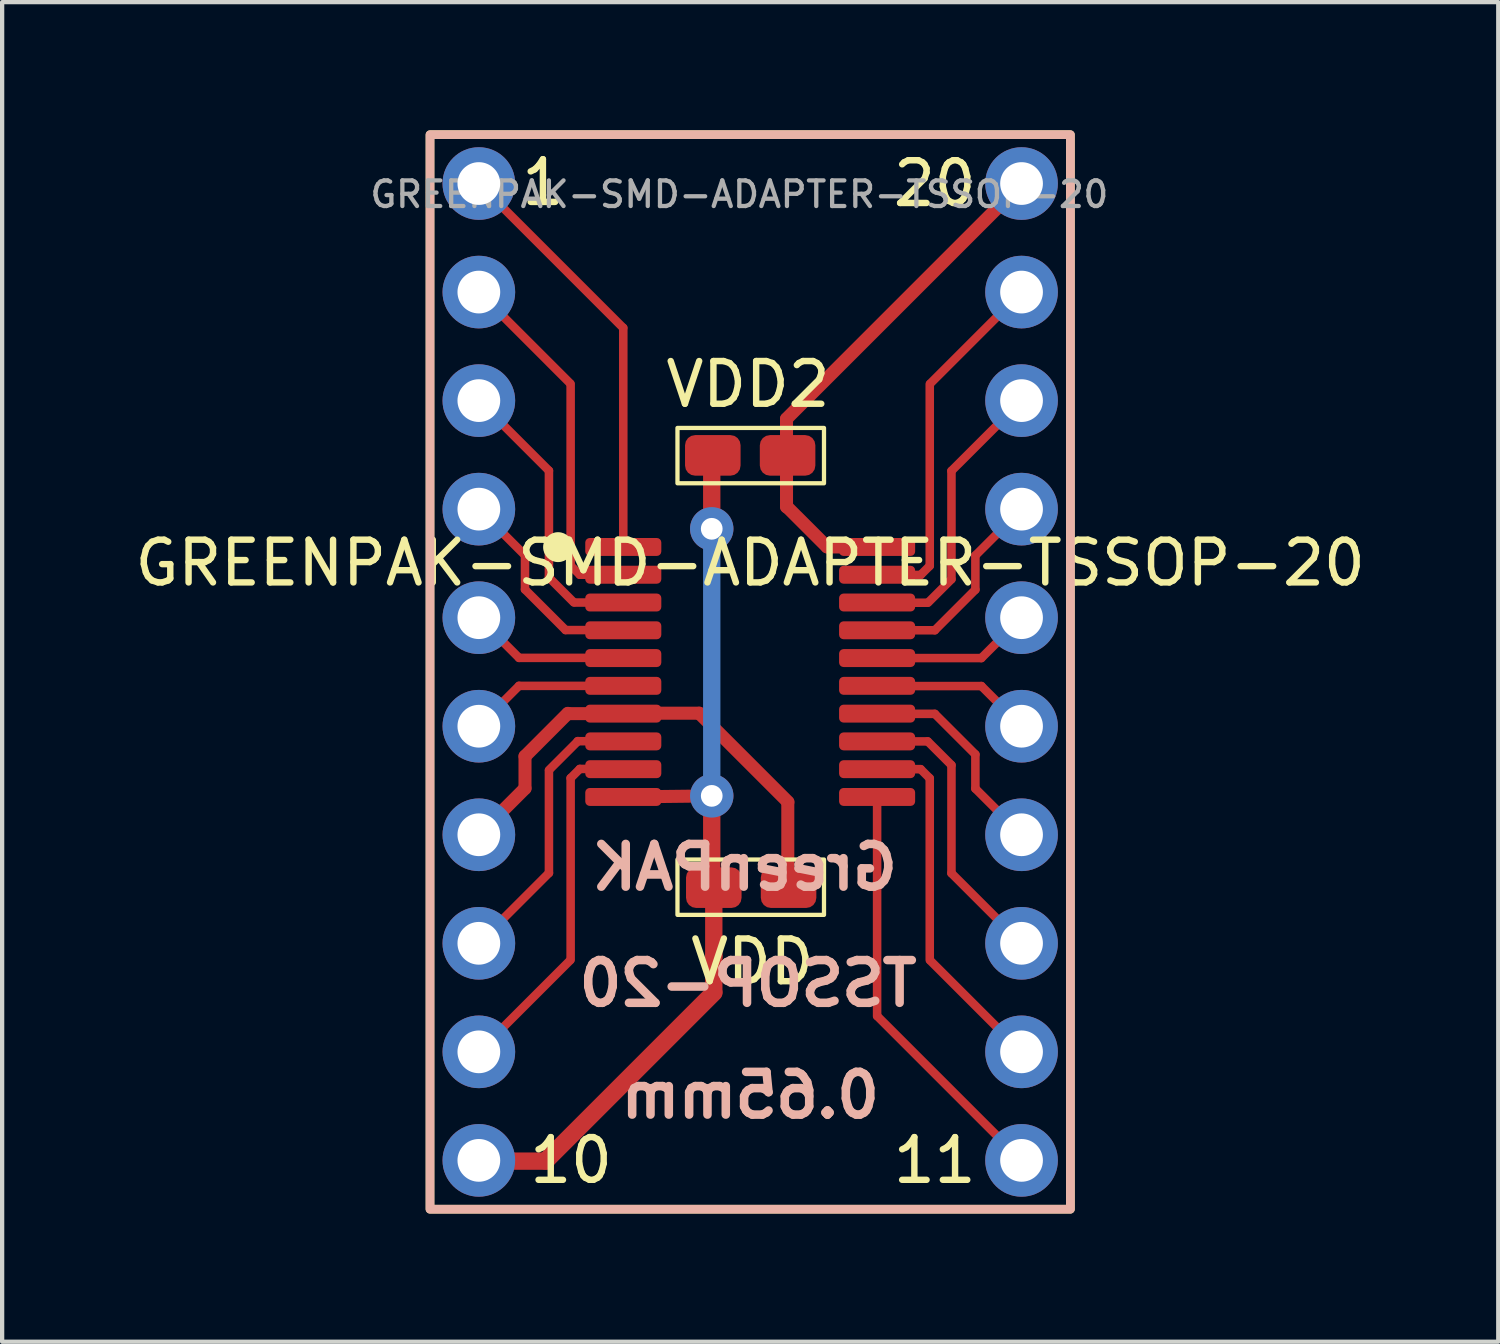
<source format=kicad_pcb>
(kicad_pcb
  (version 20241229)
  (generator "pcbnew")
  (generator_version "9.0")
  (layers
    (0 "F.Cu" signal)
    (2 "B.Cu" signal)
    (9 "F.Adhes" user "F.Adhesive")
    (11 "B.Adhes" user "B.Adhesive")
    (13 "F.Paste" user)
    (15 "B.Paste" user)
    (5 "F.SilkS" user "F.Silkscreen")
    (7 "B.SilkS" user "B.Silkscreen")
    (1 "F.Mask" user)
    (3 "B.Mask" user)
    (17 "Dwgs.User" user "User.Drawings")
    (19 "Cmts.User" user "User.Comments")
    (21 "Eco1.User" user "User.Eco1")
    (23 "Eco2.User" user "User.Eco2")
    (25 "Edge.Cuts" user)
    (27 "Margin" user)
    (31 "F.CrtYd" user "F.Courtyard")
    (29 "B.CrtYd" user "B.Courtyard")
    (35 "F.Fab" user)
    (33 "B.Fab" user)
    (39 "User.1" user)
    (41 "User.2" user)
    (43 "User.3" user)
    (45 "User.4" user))
  (footprint "GREENPAK-SMD-ADAPTER-TSSOP-20"
    (layer "F.Cu")
    (at 14.506 12.675)
    (property "Reference" "GREENPAK-SMD-ADAPTER-TSSOP-20" (at 0 -2.55 0) (layer "F.SilkS") (effects (font (size 1 1) (thickness 0.15))))
    (attr smd)
    (fp_line (start -6.35 -11.43) (end -2.972 -8.052) (stroke (width 0.2) (type default)) (layer "F.Cu"))
    (fp_line (start -6.35 -8.89) (end -4.216 -6.756) (stroke (width 0.2) (type default)) (layer "F.Cu"))
    (fp_line (start -6.35 -6.35) (end -4.71 -4.71) (stroke (width 0.2) (type default)) (layer "F.Cu"))
    (fp_line (start -6.35 -3.81) (end -5.27 -2.73) (stroke (width 0.2) (type default)) (layer "F.Cu"))
    (fp_line (start -6.35 -1.27) (end -5.41 -0.33) (stroke (width 0.2) (type default)) (layer "F.Cu"))
    (fp_line (start -6.35 1.265) (end -5.41 0.325) (stroke (width 0.2) (type default)) (layer "F.Cu"))
    (fp_line (start -6.35 3.805) (end -5.27 2.725) (stroke (width 0.305) (type default)) (layer "F.Cu"))
    (fp_line (start -6.35 6.345) (end -4.71 4.705) (stroke (width 0.2) (type default)) (layer "F.Cu"))
    (fp_line (start -6.35 8.885) (end -4.216 6.751) (stroke (width 0.2) (type default)) (layer "F.Cu"))
    (fp_line (start -5.41 -0.33) (end -2.97 -0.33) (stroke (width 0.2) (type default)) (layer "F.Cu"))
    (fp_line (start -5.41 0.325) (end -2.97 0.325) (stroke (width 0.2) (type default)) (layer "F.Cu"))
    (fp_line (start -5.27 -2.73) (end -5.27 -1.93) (stroke (width 0.2) (type default)) (layer "F.Cu"))
    (fp_line (start -5.27 -1.93) (end -4.322 -0.982) (stroke (width 0.2) (type default)) (layer "F.Cu"))
    (fp_line (start -5.27 1.973) (end -4.267 0.969) (stroke (width 0.305) (type default)) (layer "F.Cu"))
    (fp_line (start -5.27 2.725) (end -5.27 1.973) (stroke (width 0.305) (type default)) (layer "F.Cu"))
    (fp_line (start -4.775 11.448) (end -6.35 11.448) (stroke (width 0.406) (type default)) (layer "F.Cu"))
    (fp_line (start -4.71 -4.71) (end -4.71 -2.21) (stroke (width 0.2) (type default)) (layer "F.Cu"))
    (fp_line (start -4.71 4.705) (end -4.71 2.311) (stroke (width 0.2) (type default)) (layer "F.Cu"))
    (fp_line (start -4.32 -0.98) (end -2.97 -0.98) (stroke (width 0.2) (type default)) (layer "F.Cu"))
    (fp_line (start -4.267 0.975) (end -2.97 0.975) (stroke (width 0.305) (type default)) (layer "F.Cu"))
    (fp_line (start -4.202 -2.489) (end -4.202 -6.74) (stroke (width 0.2) (type default)) (layer "F.Cu"))
    (fp_line (start -4.202 2.484) (end -4.202 6.735) (stroke (width 0.2) (type default)) (layer "F.Cu"))
    (fp_line (start -4.129 -1.629) (end -4.71 -2.21) (stroke (width 0.2) (type default)) (layer "F.Cu"))
    (fp_line (start -4.032 1.619) (end -4.707 2.294) (stroke (width 0.2) (type default)) (layer "F.Cu"))
    (fp_line (start -3.988 -2.275) (end -4.202 -2.489) (stroke (width 0.2) (type default)) (layer "F.Cu"))
    (fp_line (start -3.988 2.27) (end -4.202 2.484) (stroke (width 0.2) (type default)) (layer "F.Cu"))
    (fp_line (start -2.985 0.965) (end -1.194 0.965) (stroke (width 0.305) (type default)) (layer "F.Cu"))
    (fp_line (start -2.97 -2.925) (end -2.97 -8.052) (stroke (width 0.2) (type default)) (layer "F.Cu"))
    (fp_line (start -2.97 -2.275) (end -3.988 -2.275) (stroke (width 0.2) (type default)) (layer "F.Cu"))
    (fp_line (start -2.97 -1.625) (end -4.11 -1.625) (stroke (width 0.2) (type default)) (layer "F.Cu"))
    (fp_line (start -2.97 1.62) (end -4.039 1.62) (stroke (width 0.2) (type default)) (layer "F.Cu"))
    (fp_line (start -2.97 2.27) (end -3.988 2.27) (stroke (width 0.2) (type default)) (layer "F.Cu"))
    (fp_line (start -1.193 0.966) (end 0.883 3.042) (stroke (width 0.305) (type default)) (layer "F.Cu"))
    (fp_line (start -0.9 -5.004) (end -0.9 -3.35) (stroke (width 0.406) (type default)) (layer "F.Cu"))
    (fp_line (start -0.9 2.9) (end -0.9 4.748) (stroke (width 0.406) (type default)) (layer "F.Cu"))
    (fp_line (start -0.852 6.653) (end -0.852 4.748) (stroke (width 0.406) (type default)) (layer "F.Cu"))
    (fp_line (start -0.852 6.653) (end -0.852 7.493) (stroke (width 0.406) (type default)) (layer "F.Cu"))
    (fp_line (start -0.85 7.505) (end -4.79 11.445) (stroke (width 0.406) (type default)) (layer "F.Cu"))
    (fp_line (start -0.8 2.9) (end -2.97 2.925) (stroke (width 0.305) (type default)) (layer "F.Cu"))
    (fp_line (start 0.85 -3.874) (end 1.797 -2.928) (stroke (width 0.305) (type default)) (layer "F.Cu"))
    (fp_line (start 0.85 -5.918) (end 0.85 -3.861) (stroke (width 0.305) (type default)) (layer "F.Cu"))
    (fp_line (start 0.88 3.048) (end 0.88 5.004) (stroke (width 0.305) (type default)) (layer "F.Cu"))
    (fp_line (start 2.97 -2.925) (end 1.803 -2.925) (stroke (width 0.305) (type default)) (layer "F.Cu"))
    (fp_line (start 2.97 -2.27) (end 3.988 -2.27) (stroke (width 0.2) (type default)) (layer "F.Cu"))
    (fp_line (start 2.97 -1.62) (end 4.15 -1.62) (stroke (width 0.2) (type default)) (layer "F.Cu"))
    (fp_line (start 2.97 1.625) (end 4.15 1.625) (stroke (width 0.2) (type default)) (layer "F.Cu"))
    (fp_line (start 2.97 2.275) (end 3.988 2.275) (stroke (width 0.2) (type default)) (layer "F.Cu"))
    (fp_line (start 2.97 2.925) (end 2.97 8.052) (stroke (width 0.2) (type default)) (layer "F.Cu"))
    (fp_line (start 3.988 -2.27) (end 4.202 -2.484) (stroke (width 0.2) (type default)) (layer "F.Cu"))
    (fp_line (start 3.988 2.275) (end 4.202 2.489) (stroke (width 0.2) (type default)) (layer "F.Cu"))
    (fp_line (start 4.156 1.626) (end 4.71 2.18) (stroke (width 0.2) (type default)) (layer "F.Cu"))
    (fp_line (start 4.164 -1.624) (end 4.709 -2.169) (stroke (width 0.2) (type default)) (layer "F.Cu"))
    (fp_line (start 4.202 -2.484) (end 4.202 -6.735) (stroke (width 0.2) (type default)) (layer "F.Cu"))
    (fp_line (start 4.202 2.489) (end 4.202 6.74) (stroke (width 0.2) (type default)) (layer "F.Cu"))
    (fp_line (start 4.32 -0.975) (end 2.97 -0.975) (stroke (width 0.2) (type default)) (layer "F.Cu"))
    (fp_line (start 4.32 0.98) (end 2.97 0.98) (stroke (width 0.2) (type default)) (layer "F.Cu"))
    (fp_line (start 4.71 -4.705) (end 4.71 -2.17) (stroke (width 0.2) (type default)) (layer "F.Cu"))
    (fp_line (start 4.71 4.71) (end 4.71 2.18) (stroke (width 0.2) (type default)) (layer "F.Cu"))
    (fp_line (start 5.27 -2.725) (end 5.27 -1.925) (stroke (width 0.2) (type default)) (layer "F.Cu"))
    (fp_line (start 5.27 -1.925) (end 4.322 -0.977) (stroke (width 0.2) (type default)) (layer "F.Cu"))
    (fp_line (start 5.27 1.93) (end 4.322 0.982) (stroke (width 0.2) (type default)) (layer "F.Cu"))
    (fp_line (start 5.27 2.73) (end 5.27 1.93) (stroke (width 0.2) (type default)) (layer "F.Cu"))
    (fp_line (start 5.41 -0.325) (end 2.97 -0.325) (stroke (width 0.2) (type default)) (layer "F.Cu"))
    (fp_line (start 5.41 0.33) (end 2.97 0.33) (stroke (width 0.2) (type default)) (layer "F.Cu"))
    (fp_line (start 6.35 -11.425) (end 0.85 -5.925) (stroke (width 0.305) (type default)) (layer "F.Cu"))
    (fp_line (start 6.35 -8.885) (end 4.216 -6.751) (stroke (width 0.2) (type default)) (layer "F.Cu"))
    (fp_line (start 6.35 -6.345) (end 4.71 -4.705) (stroke (width 0.2) (type default)) (layer "F.Cu"))
    (fp_line (start 6.35 -3.805) (end 5.27 -2.725) (stroke (width 0.2) (type default)) (layer "F.Cu"))
    (fp_line (start 6.35 -1.265) (end 5.41 -0.325) (stroke (width 0.2) (type default)) (layer "F.Cu"))
    (fp_line (start 6.35 1.27) (end 5.41 0.33) (stroke (width 0.2) (type default)) (layer "F.Cu"))
    (fp_line (start 6.35 3.81) (end 5.27 2.73) (stroke (width 0.2) (type default)) (layer "F.Cu"))
    (fp_line (start 6.35 6.35) (end 4.71 4.71) (stroke (width 0.2) (type default)) (layer "F.Cu"))
    (fp_line (start 6.35 8.89) (end 4.216 6.756) (stroke (width 0.2) (type default)) (layer "F.Cu"))
    (fp_line (start 6.35 11.43) (end 2.972 8.052) (stroke (width 0.2) (type default)) (layer "F.Cu"))
    (fp_line (start -0.9 -3.35) (end -0.9 2.9) (stroke (width 0.406) (type default)) (layer "B.Cu"))
    (fp_rect (start -7.493 -12.573) (end 7.493 12.573) (stroke (width 0.203) (type solid)) (fill no) (layer "F.SilkS"))
    (fp_rect (start -1.702 -5.71) (end 1.727 -4.415) (stroke (width 0.1) (type default)) (fill no) (layer "F.SilkS"))
    (fp_rect (start -1.702 4.389) (end 1.727 5.685) (stroke (width 0.1) (type default)) (fill no) (layer "F.SilkS"))
    (fp_circle (center -4.496 -2.921) (end -4.196 -2.921) (stroke (width 0.1) (type solid)) (fill yes) (layer "F.SilkS"))
    (fp_rect (start -7.493 -12.573) (end 7.493 12.573) (stroke (width 0.203) (type solid)) (fill no) (layer "B.SilkS"))
    (fp_text user "10" (at -4.191 11.43 0) (unlocked yes) (layer "F.SilkS") (effects (font (size 1 1) (thickness 0.15))))
    (fp_text user "VDD" (at 0.051 6.782 0) (unlocked yes) (layer "F.SilkS") (effects (font (size 1 1) (thickness 0.15))))
    (fp_text user "11" (at 4.318 11.43 0) (unlocked yes) (layer "F.SilkS") (effects (font (size 1 1) (thickness 0.15))))
    (fp_text user "1" (at -4.851 -11.455 0) (unlocked yes) (layer "F.SilkS") (effects (font (size 1 1) (thickness 0.15))))
    (fp_text user "VDD2" (at -0.051 -6.731 0) (unlocked yes) (layer "F.SilkS") (effects (font (size 1 1) (thickness 0.15))))
    (fp_text user "20" (at 4.318 -11.43 0) (unlocked yes) (layer "F.SilkS") (effects (font (size 1 1) (thickness 0.15))))
    (fp_text user "TSSOP-20" (at -0.051 7.29 0) (unlocked yes) (layer "B.SilkS") (effects (font (size 1 1) (thickness 0.2) (bold yes)) (justify mirror)))
    (fp_text user "0.65mm" (at 0 9.906 0) (unlocked yes) (layer "B.SilkS") (effects (font (size 1 1) (thickness 0.2) (bold yes)) (justify mirror)))
    (fp_text user "GreenPAK" (at -0.127 4.572 0) (unlocked yes) (layer "B.SilkS") (effects (font (size 1 1) (thickness 0.2) (bold yes)) (justify mirror)))
    (fp_text user "${REFERENCE}" (at -0.254 -11.176 0) (layer "F.Fab") (effects (font (size 0.6 0.6) (thickness 0.1))))
    (pad "1" thru_hole circle (at -6.35 -11.43) (size 1.7 1.7) (drill 1) (layers "*.Cu" "*.Mask"))
    (pad "1" smd roundrect (at -2.97 -2.925) (size 1.78 0.42) (layers "F.Cu" "F.Mask" "F.Paste") (roundrect_rratio 0.25))
    (pad "2" thru_hole circle (at -6.35 -8.89) (size 1.7 1.7) (drill 1) (layers "*.Cu" "*.Mask"))
    (pad "2" smd roundrect (at -2.97 -2.275) (size 1.78 0.42) (layers "F.Cu" "F.Mask" "F.Paste") (roundrect_rratio 0.25))
    (pad "3" thru_hole circle (at -6.35 -6.35) (size 1.7 1.7) (drill 1) (layers "*.Cu" "*.Mask"))
    (pad "3" smd roundrect (at -2.97 -1.625) (size 1.78 0.42) (layers "F.Cu" "F.Mask" "F.Paste") (roundrect_rratio 0.25))
    (pad "4" thru_hole circle (at -6.35 -3.81) (size 1.7 1.7) (drill 1) (layers "*.Cu" "*.Mask"))
    (pad "4" smd roundrect (at -2.97 -0.975) (size 1.78 0.42) (layers "F.Cu" "F.Mask" "F.Paste") (roundrect_rratio 0.25))
    (pad "5" thru_hole circle (at -6.35 -1.27) (size 1.7 1.7) (drill 1) (layers "*.Cu" "*.Mask"))
    (pad "5" smd roundrect (at -2.97 -0.325) (size 1.78 0.42) (layers "F.Cu" "F.Mask" "F.Paste") (roundrect_rratio 0.25))
    (pad "6" thru_hole circle (at -6.35 1.27) (size 1.7 1.7) (drill 1) (layers "*.Cu" "*.Mask"))
    (pad "6" smd roundrect (at -2.97 0.325) (size 1.78 0.42) (layers "F.Cu" "F.Mask" "F.Paste") (roundrect_rratio 0.25))
    (pad "7" thru_hole circle (at -6.35 3.81) (size 1.7 1.7) (drill 1) (layers "*.Cu" "*.Mask"))
    (pad "7" smd roundrect (at -2.97 0.975) (size 1.78 0.42) (layers "F.Cu" "F.Mask" "F.Paste") (roundrect_rratio 0.25))
    (pad "7" smd roundrect (at 0.898 5.048 180) (size 1.3 0.95) (layers "F.Cu" "F.Mask" "F.Paste") (roundrect_rratio 0.25))
    (pad "8" thru_hole circle (at -6.35 6.35) (size 1.7 1.7) (drill 1) (layers "*.Cu" "*.Mask"))
    (pad "8" smd roundrect (at -2.97 1.625) (size 1.78 0.42) (layers "F.Cu" "F.Mask" "F.Paste") (roundrect_rratio 0.25))
    (pad "9" thru_hole circle (at -6.35 8.89) (size 1.7 1.7) (drill 1) (layers "*.Cu" "*.Mask"))
    (pad "9" smd roundrect (at -2.97 2.275) (size 1.78 0.42) (layers "F.Cu" "F.Mask" "F.Paste") (roundrect_rratio 0.25))
    (pad "10" thru_hole circle (at -6.35 11.43) (size 1.7 1.7) (drill 1) (layers "*.Cu" "*.Mask"))
    (pad "10" smd roundrect (at -2.97 2.925) (size 1.78 0.42) (layers "F.Cu" "F.Mask" "F.Paste") (roundrect_rratio 0.25))
    (pad "10" thru_hole circle (at -0.9 -3.35) (size 1.016 1.016) (drill 0.508) (layers "*.Cu"))
    (pad "10" thru_hole circle (at -0.9 2.9) (size 1.016 1.016) (drill 0.508) (layers "*.Cu"))
    (pad "10" smd roundrect (at -0.875 -5.068) (size 1.3 0.95) (layers "F.Cu" "F.Mask" "F.Paste") (roundrect_rratio 0.25))
    (pad "10" smd roundrect (at -0.852 5.048 180) (size 1.3 0.95) (layers "F.Cu" "F.Mask" "F.Paste") (roundrect_rratio 0.25))
    (pad "11" smd roundrect (at 2.97 2.925) (size 1.78 0.42) (layers "F.Cu" "F.Mask" "F.Paste") (roundrect_rratio 0.25))
    (pad "11" thru_hole circle (at 6.35 11.43) (size 1.7 1.7) (drill 1) (layers "*.Cu" "*.Mask"))
    (pad "12" smd roundrect (at 2.97 2.275) (size 1.78 0.42) (layers "F.Cu" "F.Mask" "F.Paste") (roundrect_rratio 0.25))
    (pad "12" thru_hole circle (at 6.35 8.89) (size 1.7 1.7) (drill 1) (layers "*.Cu" "*.Mask"))
    (pad "13" smd roundrect (at 2.97 1.625) (size 1.78 0.42) (layers "F.Cu" "F.Mask" "F.Paste") (roundrect_rratio 0.25))
    (pad "13" thru_hole circle (at 6.35 6.35) (size 1.7 1.7) (drill 1) (layers "*.Cu" "*.Mask"))
    (pad "14" smd roundrect (at 2.97 0.975) (size 1.78 0.42) (layers "F.Cu" "F.Mask" "F.Paste") (roundrect_rratio 0.25))
    (pad "14" thru_hole circle (at 6.35 3.81) (size 1.7 1.7) (drill 1) (layers "*.Cu" "*.Mask"))
    (pad "15" smd roundrect (at 2.97 0.325) (size 1.78 0.42) (layers "F.Cu" "F.Mask" "F.Paste") (roundrect_rratio 0.25))
    (pad "15" thru_hole circle (at 6.35 1.27) (size 1.7 1.7) (drill 1) (layers "*.Cu" "*.Mask"))
    (pad "16" smd roundrect (at 2.97 -0.325) (size 1.78 0.42) (layers "F.Cu" "F.Mask" "F.Paste") (roundrect_rratio 0.25))
    (pad "16" thru_hole circle (at 6.35 -1.27) (size 1.7 1.7) (drill 1) (layers "*.Cu" "*.Mask"))
    (pad "17" smd roundrect (at 2.97 -0.975) (size 1.78 0.42) (layers "F.Cu" "F.Mask" "F.Paste") (roundrect_rratio 0.25))
    (pad "17" thru_hole circle (at 6.35 -3.81) (size 1.7 1.7) (drill 1) (layers "*.Cu" "*.Mask"))
    (pad "18" smd roundrect (at 2.97 -1.625) (size 1.78 0.42) (layers "F.Cu" "F.Mask" "F.Paste") (roundrect_rratio 0.25))
    (pad "18" thru_hole circle (at 6.35 -6.35) (size 1.7 1.7) (drill 1) (layers "*.Cu" "*.Mask"))
    (pad "19" smd roundrect (at 2.97 -2.275) (size 1.78 0.42) (layers "F.Cu" "F.Mask" "F.Paste") (roundrect_rratio 0.25))
    (pad "19" thru_hole circle (at 6.35 -8.89) (size 1.7 1.7) (drill 1) (layers "*.Cu" "*.Mask"))
    (pad "20" smd roundrect (at 0.875 -5.068) (size 1.3 0.95) (layers "F.Cu" "F.Mask" "F.Paste") (roundrect_rratio 0.25))
    (pad "20" smd roundrect (at 2.97 -2.925) (size 1.78 0.42) (layers "F.Cu" "F.Mask" "F.Paste") (roundrect_rratio 0.25))
    (pad "20" thru_hole circle (at 6.35 -11.43) (size 1.7 1.7) (drill 1) (layers "*.Cu" "*.Mask")))
  (gr_rect
    (start -3 -3)
    (end 32.012 28.349)
    (stroke (width 0.1) (type default))
    (fill no)
    (layer "Edge.Cuts")))
</source>
